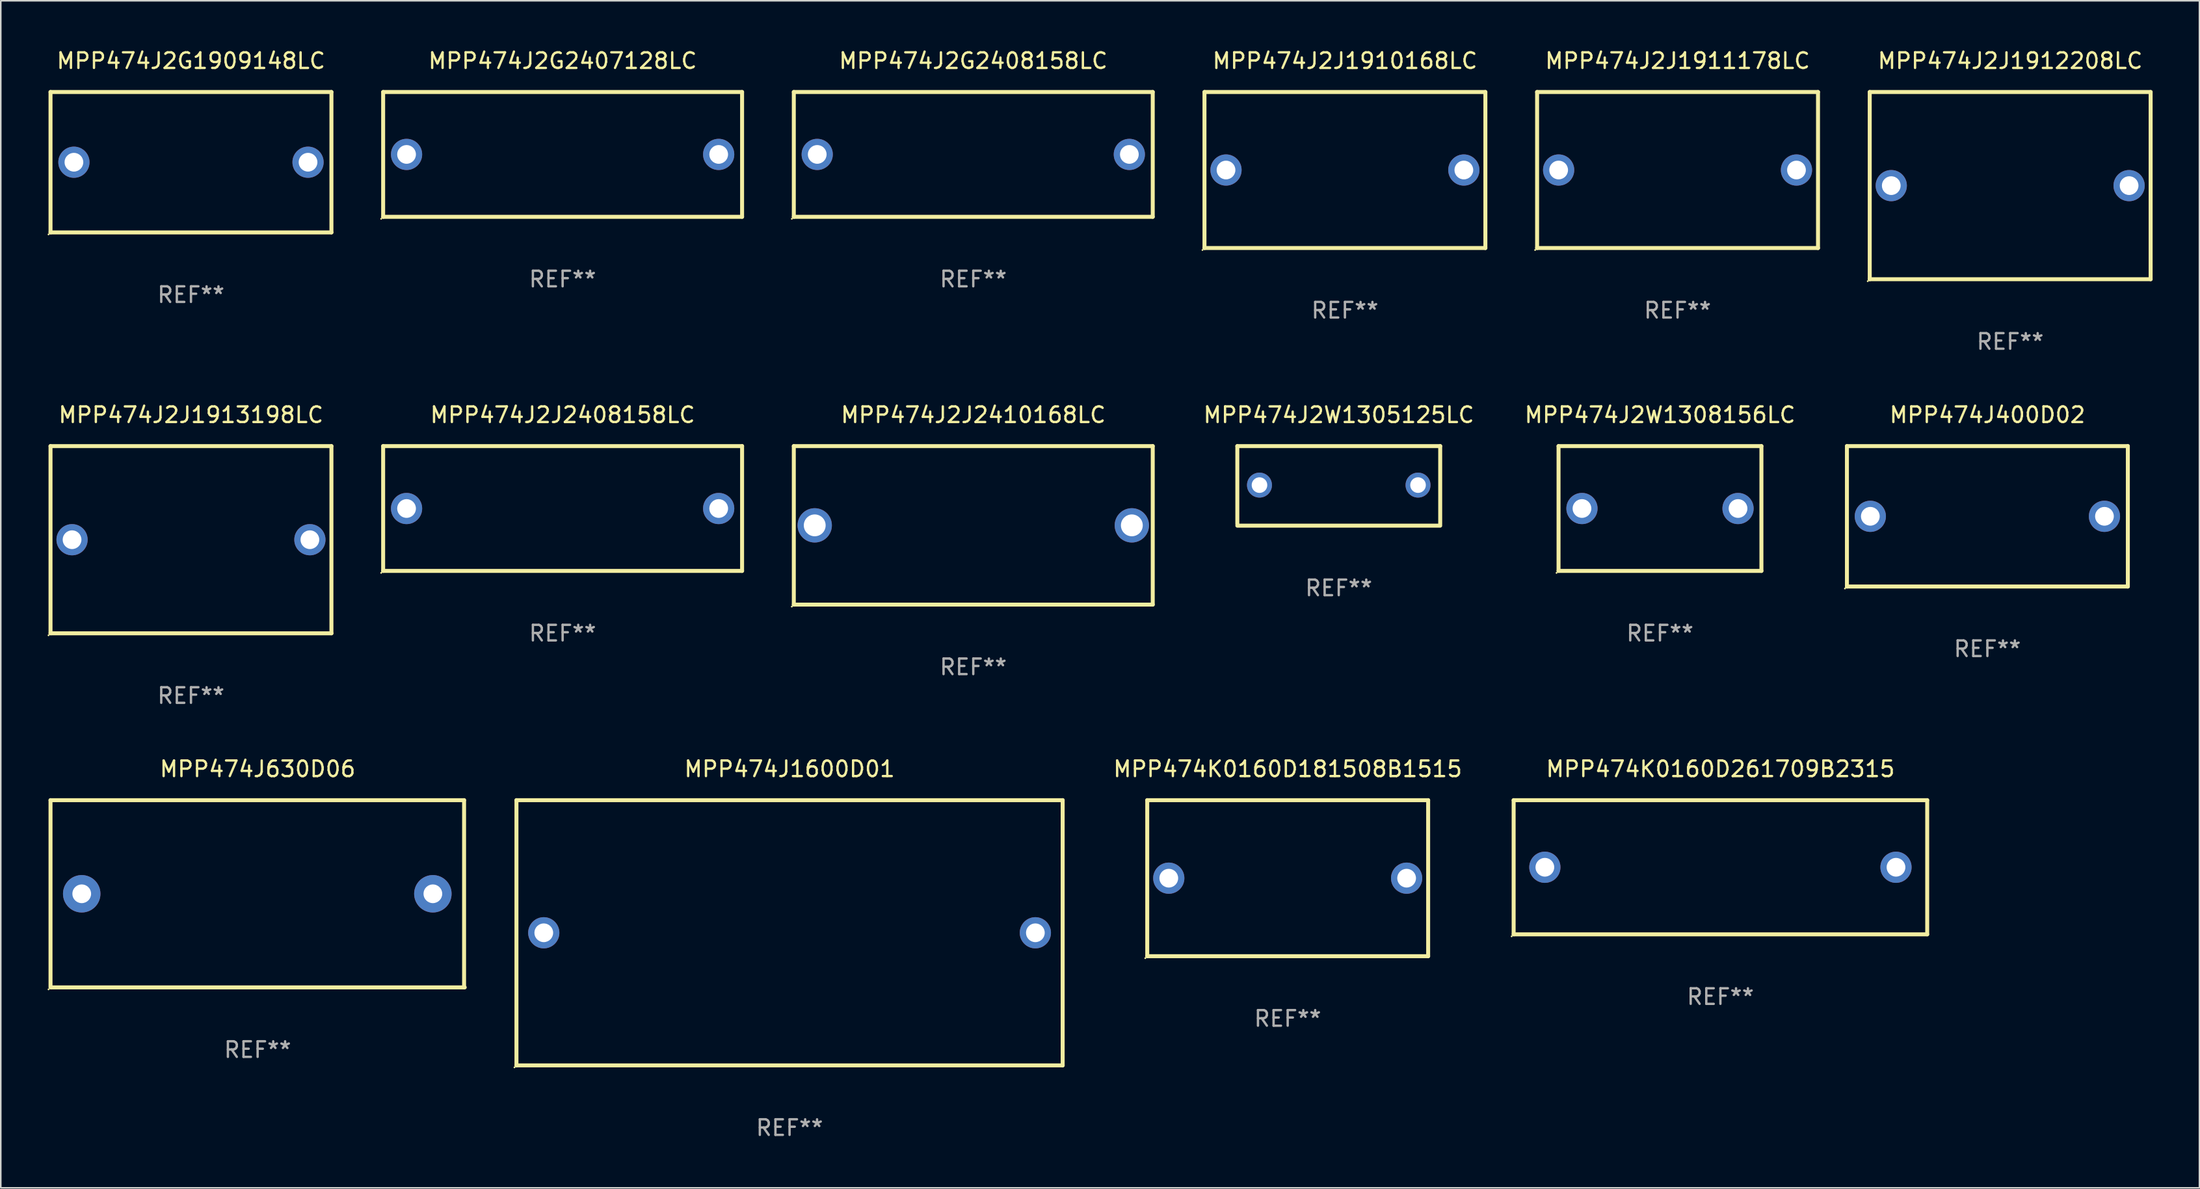
<source format=kicad_pcb>
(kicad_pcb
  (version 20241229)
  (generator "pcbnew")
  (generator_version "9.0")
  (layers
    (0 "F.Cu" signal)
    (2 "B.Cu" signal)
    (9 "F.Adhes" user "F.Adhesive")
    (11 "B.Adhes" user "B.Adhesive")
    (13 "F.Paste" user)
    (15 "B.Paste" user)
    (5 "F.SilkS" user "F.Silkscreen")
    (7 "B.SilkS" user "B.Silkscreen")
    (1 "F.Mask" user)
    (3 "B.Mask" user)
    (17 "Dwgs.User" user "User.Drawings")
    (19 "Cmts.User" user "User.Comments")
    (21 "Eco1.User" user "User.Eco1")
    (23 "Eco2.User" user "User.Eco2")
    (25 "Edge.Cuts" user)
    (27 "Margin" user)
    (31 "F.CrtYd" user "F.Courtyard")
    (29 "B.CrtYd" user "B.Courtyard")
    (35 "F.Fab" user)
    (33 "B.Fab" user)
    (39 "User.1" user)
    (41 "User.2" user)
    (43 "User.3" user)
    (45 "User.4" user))
  (footprint "MPP474J2G2407128LC"
    (layer "F.Cu")
    (at 33.001 6.848)
    (property "Reference" "MPP474J2G2407128LC" (at 0 -6 0) (layer "F.SilkS") (effects (font (size 1 1) (thickness 0.15))))
    (attr through_hole)
    (fp_line (start -11.5 -4) (end -11.5 4) (stroke (width 0.254) (type solid)) (layer "F.SilkS"))
    (fp_line (start -11.5 -4) (end 11.5 -4) (stroke (width 0.254) (type solid)) (layer "F.SilkS"))
    (fp_line (start -11.5 4) (end 11.5 4) (stroke (width 0.254) (type solid)) (layer "F.SilkS"))
    (fp_line (start 11.5 -4) (end 11.5 4) (stroke (width 0.254) (type solid)) (layer "F.SilkS"))
    (fp_circle (center -11.627 4.127) (end -11.597 4.127) (stroke (width 0.06) (type solid)) (fill no) (layer "F.SilkS"))
    (fp_text user "REF**" (at 0 8 0) (layer "F.Fab") (effects (font (size 1 1) (thickness 0.15))))
    (pad "1" thru_hole circle (at -10 0) (size 2 2) (drill 1.2) (layers "*.Cu" "*.Mask"))
    (pad "2" thru_hole circle (at 10 0) (size 2 2) (drill 1.2) (layers "*.Cu" "*.Mask")))
  (footprint "MPP474J2J2410168LC"
    (layer "F.Cu")
    (at 59.315 30.625)
    (property "Reference" "MPP474J2J2410168LC" (at 0 -7.08 0) (layer "F.SilkS") (effects (font (size 1 1) (thickness 0.15))))
    (attr through_hole)
    (fp_line (start -11.5 -5.08) (end -11.5 5.08) (stroke (width 0.254) (type solid)) (layer "F.SilkS"))
    (fp_line (start -11.5 -5.08) (end 11.5 -5.08) (stroke (width 0.254) (type solid)) (layer "F.SilkS"))
    (fp_line (start 11.5 5.08) (end -11.5 5.08) (stroke (width 0.254) (type solid)) (layer "F.SilkS"))
    (fp_line (start 11.5 5.08) (end 11.5 -5.08) (stroke (width 0.254) (type solid)) (layer "F.SilkS"))
    (fp_circle (center -11.627 5.207) (end -11.597 5.207) (stroke (width 0.06) (type solid)) (fill no) (layer "F.SilkS"))
    (fp_text user "REF**" (at 0 9.08 0) (layer "F.Fab") (effects (font (size 1 1) (thickness 0.15))))
    (pad "1" thru_hole circle (at -10.16 0) (size 2.2 2.2) (drill 1.4) (layers "*.Cu" "*.Mask"))
    (pad "2" thru_hole circle (at 10.16 0) (size 2.2 2.2) (drill 1.4) (layers "*.Cu" "*.Mask")))
  (footprint "MPP474J2G2408158LC"
    (layer "F.Cu")
    (at 59.315 6.848)
    (property "Reference" "MPP474J2G2408158LC" (at 0 -6 0) (layer "F.SilkS") (effects (font (size 1 1) (thickness 0.15))))
    (attr through_hole)
    (fp_line (start -11.5 -4) (end -11.5 4) (stroke (width 0.254) (type solid)) (layer "F.SilkS"))
    (fp_line (start -11.5 -4) (end 11.5 -4) (stroke (width 0.254) (type solid)) (layer "F.SilkS"))
    (fp_line (start -11.5 4) (end 11.5 4) (stroke (width 0.254) (type solid)) (layer "F.SilkS"))
    (fp_line (start 11.5 -4) (end 11.5 4) (stroke (width 0.254) (type solid)) (layer "F.SilkS"))
    (fp_circle (center -11.627 4.127) (end -11.597 4.127) (stroke (width 0.06) (type solid)) (fill no) (layer "F.SilkS"))
    (fp_text user "REF**" (at 0 8 0) (layer "F.Fab") (effects (font (size 1 1) (thickness 0.15))))
    (pad "1" thru_hole circle (at -10 0) (size 2 2) (drill 1.2) (layers "*.Cu" "*.Mask"))
    (pad "2" thru_hole circle (at 10 0) (size 2 2) (drill 1.2) (layers "*.Cu" "*.Mask")))
  (footprint "MPP474J2J1912208LC"
    (layer "F.Cu")
    (at 125.757 8.848)
    (property "Reference" "MPP474J2J1912208LC" (at 0 -8 0) (layer "F.SilkS") (effects (font (size 1 1) (thickness 0.15))))
    (attr through_hole)
    (fp_line (start -9 -6) (end 9 -6) (stroke (width 0.254) (type solid)) (layer "F.SilkS"))
    (fp_line (start -9 6) (end -9 -6) (stroke (width 0.254) (type solid)) (layer "F.SilkS"))
    (fp_line (start 9 -6) (end 9 6) (stroke (width 0.254) (type solid)) (layer "F.SilkS"))
    (fp_line (start 9 6) (end -9 6) (stroke (width 0.254) (type solid)) (layer "F.SilkS"))
    (fp_circle (center -9.127 6.127) (end -9.097 6.127) (stroke (width 0.06) (type solid)) (fill no) (layer "F.SilkS"))
    (fp_text user "REF**" (at 0 10 0) (layer "F.Fab") (effects (font (size 1 1) (thickness 0.15))))
    (pad "1" thru_hole circle (at -7.62 0) (size 2 2) (drill 1.2) (layers "*.Cu" "*.Mask"))
    (pad "2" thru_hole circle (at 7.62 0) (size 2 2) (drill 1.2) (layers "*.Cu" "*.Mask")))
  (footprint "MPP474J2W1308156LC"
    (layer "F.Cu")
    (at 103.317 29.545)
    (property "Reference" "MPP474J2W1308156LC" (at 0 -6 0) (layer "F.SilkS") (effects (font (size 1 1) (thickness 0.15))))
    (attr through_hole)
    (fp_line (start -6.5 -4) (end -6.5 4) (stroke (width 0.254) (type solid)) (layer "F.SilkS"))
    (fp_line (start -6.5 -4) (end 6.5 -4) (stroke (width 0.254) (type solid)) (layer "F.SilkS"))
    (fp_line (start 6.5 4) (end -6.5 4) (stroke (width 0.254) (type solid)) (layer "F.SilkS"))
    (fp_line (start 6.5 4) (end 6.5 -4) (stroke (width 0.254) (type solid)) (layer "F.SilkS"))
    (fp_circle (center -6.627 4.127) (end -6.597 4.127) (stroke (width 0.06) (type solid)) (fill no) (layer "F.SilkS"))
    (fp_text user "REF**" (at 0 8 0) (layer "F.Fab") (effects (font (size 1 1) (thickness 0.15))))
    (pad "1" thru_hole circle (at -4.999 0) (size 2 2) (drill 1.2) (layers "*.Cu" "*.Mask"))
    (pad "2" thru_hole circle (at 5.001 0) (size 2 2) (drill 1.2) (layers "*.Cu" "*.Mask")))
  (footprint "MPP474J630D06"
    (layer "F.Cu")
    (at 13.458 54.241)
    (property "Reference" "MPP474J630D06" (at 0 -8 0) (layer "F.SilkS") (effects (font (size 1 1) (thickness 0.15))))
    (attr through_hole)
    (fp_line (start -13.271 -6) (end 13.229 -6) (stroke (width 0.254) (type solid)) (layer "F.SilkS"))
    (fp_line (start -13.271 6) (end -13.271 -6) (stroke (width 0.254) (type solid)) (layer "F.SilkS"))
    (fp_line (start 13.229 -6) (end 13.229 6) (stroke (width 0.254) (type solid)) (layer "F.SilkS"))
    (fp_line (start 13.271 6) (end -13.229 6) (stroke (width 0.254) (type solid)) (layer "F.SilkS"))
    (fp_circle (center -13.398 6.127) (end -13.368 6.127) (stroke (width 0.06) (type solid)) (fill no) (layer "F.SilkS"))
    (fp_text user "REF**" (at 0 10 0) (layer "F.Fab") (effects (font (size 1 1) (thickness 0.15))))
    (pad "1" thru_hole circle (at -11.271 0) (size 2.4 2.4) (drill 1.2) (layers "*.Cu" "*.Mask"))
    (pad "2" thru_hole circle (at 11.229 0) (size 2.4 2.4) (drill 1.2) (layers "*.Cu" "*.Mask")))
  (footprint "MPP474J2J1910168LC"
    (layer "F.Cu")
    (at 83.129 7.848)
    (property "Reference" "MPP474J2J1910168LC" (at 0 -7 0) (layer "F.SilkS") (effects (font (size 1 1) (thickness 0.15))))
    (attr through_hole)
    (fp_line (start -9 -5) (end 9 -5) (stroke (width 0.254) (type solid)) (layer "F.SilkS"))
    (fp_line (start -9 5) (end -9 -5) (stroke (width 0.254) (type solid)) (layer "F.SilkS"))
    (fp_line (start 9 -5) (end 9 5) (stroke (width 0.254) (type solid)) (layer "F.SilkS"))
    (fp_line (start 9 5) (end -9 5) (stroke (width 0.254) (type solid)) (layer "F.SilkS"))
    (fp_circle (center -9.127 5.127) (end -9.097 5.127) (stroke (width 0.06) (type solid)) (fill no) (layer "F.SilkS"))
    (fp_text user "REF**" (at 0 9 0) (layer "F.Fab") (effects (font (size 1 1) (thickness 0.15))))
    (pad "1" thru_hole circle (at -7.62 0) (size 2 2) (drill 1.2) (layers "*.Cu" "*.Mask"))
    (pad "2" thru_hole circle (at 7.62 0) (size 2 2) (drill 1.2) (layers "*.Cu" "*.Mask")))
  (footprint "MPP474J2J1911178LC"
    (layer "F.Cu")
    (at 104.443 7.848)
    (property "Reference" "MPP474J2J1911178LC" (at 0 -7 0) (layer "F.SilkS") (effects (font (size 1 1) (thickness 0.15))))
    (attr through_hole)
    (fp_line (start -9 -5) (end 9 -5) (stroke (width 0.254) (type solid)) (layer "F.SilkS"))
    (fp_line (start -9 5) (end -9 -5) (stroke (width 0.254) (type solid)) (layer "F.SilkS"))
    (fp_line (start 9 -5) (end 9 5) (stroke (width 0.254) (type solid)) (layer "F.SilkS"))
    (fp_line (start 9 5) (end -9 5) (stroke (width 0.254) (type solid)) (layer "F.SilkS"))
    (fp_circle (center -9.127 5.127) (end -9.097 5.127) (stroke (width 0.06) (type solid)) (fill no) (layer "F.SilkS"))
    (fp_text user "REF**" (at 0 9 0) (layer "F.Fab") (effects (font (size 1 1) (thickness 0.15))))
    (pad "1" thru_hole circle (at -7.62 0) (size 2 2) (drill 1.2) (layers "*.Cu" "*.Mask"))
    (pad "2" thru_hole circle (at 7.62 0) (size 2 2) (drill 1.2) (layers "*.Cu" "*.Mask")))
  (footprint "MPP474J2G1909148LC"
    (layer "F.Cu")
    (at 9.187 7.348)
    (property "Reference" "MPP474J2G1909148LC" (at 0 -6.5 0) (layer "F.SilkS") (effects (font (size 1 1) (thickness 0.15))))
    (attr through_hole)
    (fp_line (start -9 -4.5) (end -9 4.5) (stroke (width 0.254) (type solid)) (layer "F.SilkS"))
    (fp_line (start -9 -4.5) (end 9 -4.5) (stroke (width 0.254) (type solid)) (layer "F.SilkS"))
    (fp_line (start 9 4.5) (end -9 4.5) (stroke (width 0.254) (type solid)) (layer "F.SilkS"))
    (fp_line (start 9 4.5) (end 9 -4.5) (stroke (width 0.254) (type solid)) (layer "F.SilkS"))
    (fp_circle (center -9.127 4.627) (end -9.097 4.627) (stroke (width 0.06) (type solid)) (fill no) (layer "F.SilkS"))
    (fp_text user "REF**" (at 0 8.5 0) (layer "F.Fab") (effects (font (size 1 1) (thickness 0.15))))
    (pad "1" thru_hole circle (at -7.501 -0.000127) (size 2 2) (drill 1.2) (layers "*.Cu" "*.Mask"))
    (pad "2" thru_hole circle (at 7.501 -0.000127) (size 2 2) (drill 1.2) (layers "*.Cu" "*.Mask")))
  (footprint "MPP474K0160D181508B1515"
    (layer "F.Cu")
    (at 79.462 53.241)
    (property "Reference" "MPP474K0160D181508B1515" (at 0 -7 0) (layer "F.SilkS") (effects (font (size 1 1) (thickness 0.15))))
    (attr through_hole)
    (fp_line (start -9 -5) (end 9 -5) (stroke (width 0.254) (type solid)) (layer "F.SilkS"))
    (fp_line (start -9 5) (end -9 -5) (stroke (width 0.254) (type solid)) (layer "F.SilkS"))
    (fp_line (start 9 -5) (end 9 5) (stroke (width 0.254) (type solid)) (layer "F.SilkS"))
    (fp_line (start 9 5) (end -9 5) (stroke (width 0.254) (type solid)) (layer "F.SilkS"))
    (fp_circle (center -9.127 5.127) (end -9.097 5.127) (stroke (width 0.06) (type solid)) (fill no) (layer "F.SilkS"))
    (fp_text user "REF**" (at 0 9 0) (layer "F.Fab") (effects (font (size 1 1) (thickness 0.15))))
    (pad "1" thru_hole circle (at -7.62 0) (size 2 2) (drill 1.2) (layers "*.Cu" "*.Mask"))
    (pad "2" thru_hole circle (at 7.62 0) (size 2 2) (drill 1.2) (layers "*.Cu" "*.Mask")))
  (footprint "MPP474J2W1305125LC"
    (layer "F.Cu")
    (at 82.734 28.095)
    (property "Reference" "MPP474J2W1305125LC" (at 0 -4.55 0) (layer "F.SilkS") (effects (font (size 1 1) (thickness 0.15))))
    (attr through_hole)
    (fp_line (start -6.5 -2.55) (end 6.5 -2.55) (stroke (width 0.254) (type solid)) (layer "F.SilkS"))
    (fp_line (start -6.5 2.45) (end -6.5 -2.55) (stroke (width 0.254) (type solid)) (layer "F.SilkS"))
    (fp_line (start 6.5 -2.55) (end 6.5 2.45) (stroke (width 0.254) (type solid)) (layer "F.SilkS"))
    (fp_line (start 6.5 2.55) (end -6.5 2.55) (stroke (width 0.254) (type solid)) (layer "F.SilkS"))
    (fp_circle (center -6.5 2.45) (end -6.47 2.45) (stroke (width 0.06) (type solid)) (fill no) (layer "F.SilkS"))
    (fp_text user "REF**" (at 0 6.55 0) (layer "F.Fab") (effects (font (size 1 1) (thickness 0.15))))
    (pad "1" thru_hole circle (at -5.08 -0.05) (size 1.6 1.6) (drill 1) (layers "*.Cu" "*.Mask"))
    (pad "2" thru_hole circle (at 5.08 -0.05) (size 1.6 1.6) (drill 1) (layers "*.Cu" "*.Mask")))
  (footprint "MPP474J2J1913198LC"
    (layer "F.Cu")
    (at 9.187 31.545)
    (property "Reference" "MPP474J2J1913198LC" (at 0 -8 0) (layer "F.SilkS") (effects (font (size 1 1) (thickness 0.15))))
    (attr through_hole)
    (fp_line (start -9 -6) (end 9 -6) (stroke (width 0.254) (type solid)) (layer "F.SilkS"))
    (fp_line (start -9 6) (end -9 -6) (stroke (width 0.254) (type solid)) (layer "F.SilkS"))
    (fp_line (start 9 -6) (end 9 6) (stroke (width 0.254) (type solid)) (layer "F.SilkS"))
    (fp_line (start 9 6) (end -9 6) (stroke (width 0.254) (type solid)) (layer "F.SilkS"))
    (fp_circle (center -9.127 6.127) (end -9.097 6.127) (stroke (width 0.06) (type solid)) (fill no) (layer "F.SilkS"))
    (fp_text user "REF**" (at 0 10 0) (layer "F.Fab") (effects (font (size 1 1) (thickness 0.15))))
    (pad "1" thru_hole circle (at -7.62 0) (size 2 2) (drill 1.2) (layers "*.Cu" "*.Mask"))
    (pad "2" thru_hole circle (at 7.62 0) (size 2 2) (drill 1.2) (layers "*.Cu" "*.Mask")))
  (footprint "MPP474K0160D261709B2315"
    (layer "F.Cu")
    (at 107.19 52.541)
    (property "Reference" "MPP474K0160D261709B2315" (at 0 -6.3 0) (layer "F.SilkS") (effects (font (size 1 1) (thickness 0.15))))
    (attr through_hole)
    (fp_line (start -13.25 -4.3) (end -13.25 4.3) (stroke (width 0.254) (type solid)) (layer "F.SilkS"))
    (fp_line (start -13.25 -4.3) (end 13.25 -4.3) (stroke (width 0.254) (type solid)) (layer "F.SilkS"))
    (fp_line (start -13.25 4.3) (end 13.25 4.3) (stroke (width 0.254) (type solid)) (layer "F.SilkS"))
    (fp_line (start 13.25 -4.3) (end 13.25 4.3) (stroke (width 0.254) (type solid)) (layer "F.SilkS"))
    (fp_circle (center -13.377 4.427) (end -13.347 4.427) (stroke (width 0.06) (type solid)) (fill no) (layer "F.SilkS"))
    (fp_text user "REF**" (at 0 8.3 0) (layer "F.Fab") (effects (font (size 1 1) (thickness 0.15))))
    (pad "1" thru_hole circle (at -11.25 0.000013) (size 2 2) (drill 1.2) (layers "*.Cu" "*.Mask"))
    (pad "2" thru_hole circle (at 11.25 0.000013) (size 2 2) (drill 1.2) (layers "*.Cu" "*.Mask")))
  (footprint "MPP474J2J2408158LC"
    (layer "F.Cu")
    (at 33.001 29.545)
    (property "Reference" "MPP474J2J2408158LC" (at 0 -6 0) (layer "F.SilkS") (effects (font (size 1 1) (thickness 0.15))))
    (attr through_hole)
    (fp_line (start -11.5 -4) (end -11.5 4) (stroke (width 0.254) (type solid)) (layer "F.SilkS"))
    (fp_line (start -11.5 -4) (end 11.5 -4) (stroke (width 0.254) (type solid)) (layer "F.SilkS"))
    (fp_line (start -11.5 4) (end 11.5 4) (stroke (width 0.254) (type solid)) (layer "F.SilkS"))
    (fp_line (start 11.5 -4) (end 11.5 4) (stroke (width 0.254) (type solid)) (layer "F.SilkS"))
    (fp_circle (center -11.627 4.127) (end -11.597 4.127) (stroke (width 0.06) (type solid)) (fill no) (layer "F.SilkS"))
    (fp_text user "REF**" (at 0 8 0) (layer "F.Fab") (effects (font (size 1 1) (thickness 0.15))))
    (pad "1" thru_hole circle (at -10 0) (size 2 2) (drill 1.2) (layers "*.Cu" "*.Mask"))
    (pad "2" thru_hole circle (at 10 0) (size 2 2) (drill 1.2) (layers "*.Cu" "*.Mask")))
  (footprint "MPP474J400D02"
    (layer "F.Cu")
    (at 124.296 30.045)
    (property "Reference" "MPP474J400D02" (at 0 -6.5 0) (layer "F.SilkS") (effects (font (size 1 1) (thickness 0.15))))
    (attr through_hole)
    (fp_line (start -9 -4.5) (end -9 4.5) (stroke (width 0.254) (type solid)) (layer "F.SilkS"))
    (fp_line (start -9 -4.5) (end 9 -4.5) (stroke (width 0.254) (type solid)) (layer "F.SilkS"))
    (fp_line (start 9 4.5) (end -9 4.5) (stroke (width 0.254) (type solid)) (layer "F.SilkS"))
    (fp_line (start 9 4.5) (end 9 -4.5) (stroke (width 0.254) (type solid)) (layer "F.SilkS"))
    (fp_circle (center -9.127 4.627) (end -9.097 4.627) (stroke (width 0.06) (type solid)) (fill no) (layer "F.SilkS"))
    (fp_text user "REF**" (at 0 8.5 0) (layer "F.Fab") (effects (font (size 1 1) (thickness 0.15))))
    (pad "1" thru_hole circle (at -7.501 -0.000127) (size 2 2) (drill 1.2) (layers "*.Cu" "*.Mask"))
    (pad "2" thru_hole circle (at 7.501 -0.000127) (size 2 2) (drill 1.2) (layers "*.Cu" "*.Mask")))
  (footprint "MPP474J1600D01"
    (layer "F.Cu")
    (at 47.543 56.741)
    (property "Reference" "MPP474J1600D01" (at 0 -10.5 0) (layer "F.SilkS") (effects (font (size 1 1) (thickness 0.15))))
    (attr through_hole)
    (fp_line (start -17.5 -8.5) (end -17.5 8.5) (stroke (width 0.254) (type solid)) (layer "F.SilkS"))
    (fp_line (start -17.5 -8.5) (end 17.5 -8.5) (stroke (width 0.254) (type solid)) (layer "F.SilkS"))
    (fp_line (start -17.5 8.5) (end 17.5 8.5) (stroke (width 0.254) (type solid)) (layer "F.SilkS"))
    (fp_line (start 17.5 -8.5) (end 17.5 8.5) (stroke (width 0.254) (type solid)) (layer "F.SilkS"))
    (fp_circle (center -17.627 8.627) (end -17.597 8.627) (stroke (width 0.06) (type solid)) (fill no) (layer "F.SilkS"))
    (fp_text user "REF**" (at 0 12.5 0) (layer "F.Fab") (effects (font (size 1 1) (thickness 0.15))))
    (pad "1" thru_hole circle (at -15.75 0) (size 2 2) (drill 1.2) (layers "*.Cu" "*.Mask"))
    (pad "2" thru_hole circle (at 15.75 0) (size 2 2) (drill 1.2) (layers "*.Cu" "*.Mask")))
  (gr_rect
    (start -3 -3)
    (end 137.884 73.09)
    (stroke (width 0.1) (type default))
    (fill no)
    (layer "Edge.Cuts")))
</source>
